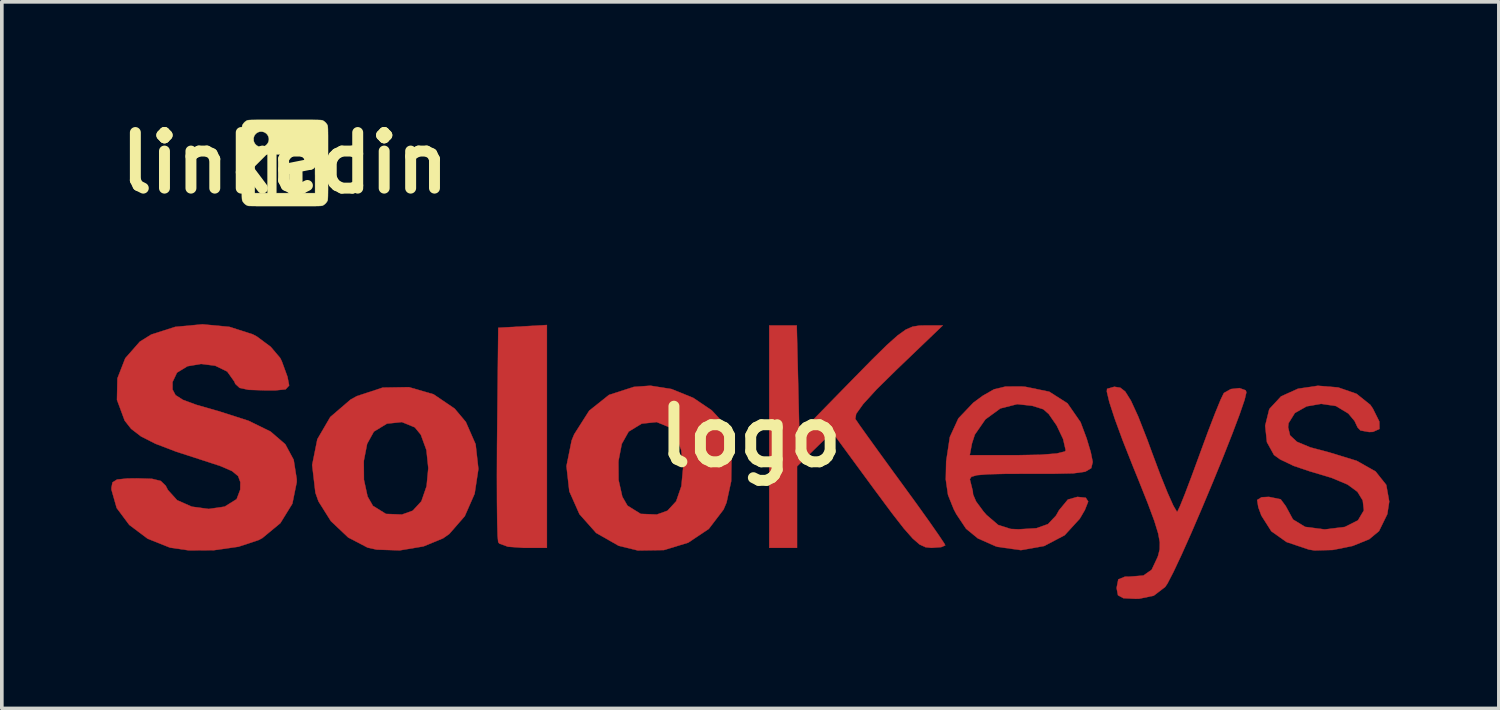
<source format=kicad_pcb>
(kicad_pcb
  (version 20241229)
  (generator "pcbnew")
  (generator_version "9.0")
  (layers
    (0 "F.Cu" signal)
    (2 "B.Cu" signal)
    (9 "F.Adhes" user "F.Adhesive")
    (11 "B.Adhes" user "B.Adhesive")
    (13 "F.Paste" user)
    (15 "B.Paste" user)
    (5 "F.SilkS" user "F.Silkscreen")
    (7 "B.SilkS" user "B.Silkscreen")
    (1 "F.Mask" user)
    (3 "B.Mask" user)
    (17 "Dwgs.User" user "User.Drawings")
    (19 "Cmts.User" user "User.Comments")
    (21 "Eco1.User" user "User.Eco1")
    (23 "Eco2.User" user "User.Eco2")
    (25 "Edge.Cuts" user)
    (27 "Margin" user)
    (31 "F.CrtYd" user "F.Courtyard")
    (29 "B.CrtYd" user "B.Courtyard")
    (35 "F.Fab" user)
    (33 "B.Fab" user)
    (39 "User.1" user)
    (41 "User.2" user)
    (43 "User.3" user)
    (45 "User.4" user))
  (footprint "linkedin"
    (layer "F.Cu")
    (at 4.761 1.418)
    (property "Reference" "linkedin" (at 0 0 0) (layer "F.SilkS") (effects (font (size 1.524 1.524) (thickness 0.3))))
    (attr through_hole)
    (fp_poly (pts (xy -0.263 -1.182) (xy -0.163 -1.182) (xy -0.053 -1.182) (xy 0 -1.182) (xy 0.114 -1.182) (xy 0.218 -1.182) (xy 0.315 -1.182) (xy 0.403 -1.182) (xy 0.483 -1.182) (xy 0.556 -1.182) (xy 0.622 -1.182) (xy 0.682 -1.182) (xy 0.735 -1.182) (xy 0.783 -1.181) (xy 0.824 -1.181) (xy 0.861 -1.18) (xy 0.893 -1.18) (xy 0.921 -1.179) (xy 0.945 -1.178) (xy 0.965 -1.177) (xy 0.982 -1.176) (xy 0.996 -1.175) (xy 1.008 -1.173) (xy 1.017 -1.172) (xy 1.025 -1.17) (xy 1.032 -1.168) (xy 1.037 -1.165) (xy 1.042 -1.163) (xy 1.047 -1.16) (xy 1.052 -1.157) (xy 1.057 -1.154) (xy 1.06 -1.152) (xy 1.092 -1.13) (xy 1.122 -1.102) (xy 1.146 -1.07) (xy 1.152 -1.06) (xy 1.156 -1.054) (xy 1.159 -1.049) (xy 1.162 -1.044) (xy 1.164 -1.04) (xy 1.167 -1.034) (xy 1.169 -1.028) (xy 1.171 -1.021) (xy 1.173 -1.012) (xy 1.174 -1.002) (xy 1.176 -0.989) (xy 1.177 -0.973) (xy 1.178 -0.955) (xy 1.179 -0.932) (xy 1.18 -0.907) (xy 1.18 -0.877) (xy 1.181 -0.842) (xy 1.181 -0.802) (xy 1.182 -0.758) (xy 1.182 -0.707) (xy 1.182 -0.65) (xy 1.182 -0.587) (xy 1.182 -0.518) (xy 1.182 -0.441) (xy 1.182 -0.356) (xy 1.182 -0.263) (xy 1.182 -0.163) (xy 1.182 -0.053) (xy 1.182 0) (xy 1.182 0.114) (xy 1.182 0.218) (xy 1.182 0.315) (xy 1.182 0.403) (xy 1.182 0.483) (xy 1.182 0.556) (xy 1.182 0.622) (xy 1.182 0.682) (xy 1.182 0.735) (xy 1.181 0.783) (xy 1.181 0.824) (xy 1.18 0.861) (xy 1.18 0.893) (xy 1.179 0.921) (xy 1.178 0.945) (xy 1.177 0.965) (xy 1.176 0.982) (xy 1.175 0.996) (xy 1.173 1.008) (xy 1.172 1.017) (xy 1.17 1.025) (xy 1.168 1.032) (xy 1.165 1.037) (xy 1.163 1.042) (xy 1.16 1.047) (xy 1.157 1.052) (xy 1.154 1.057) (xy 1.152 1.06) (xy 1.13 1.092) (xy 1.102 1.122) (xy 1.07 1.146) (xy 1.06 1.152) (xy 1.054 1.156) (xy 1.049 1.159) (xy 1.044 1.162) (xy 1.04 1.164) (xy 1.034 1.167) (xy 1.028 1.169) (xy 1.021 1.171) (xy 1.013 1.173) (xy 1.002 1.174) (xy 0.989 1.176) (xy 0.973 1.177) (xy 0.955 1.178) (xy 0.933 1.179) (xy 0.907 1.18) (xy 0.877 1.18) (xy 0.842 1.181) (xy 0.803 1.181) (xy 0.758 1.181) (xy 0.708 1.182) (xy 0.651 1.182) (xy 0.588 1.182) (xy 0.519 1.182) (xy 0.442 1.182) (xy 0.357 1.182) (xy 0.265 1.182) (xy 0.164 1.182) (xy 0.055 1.182) (xy -0.002 1.182) (xy -0.116 1.182) (xy -0.221 1.182) (xy -0.317 1.182) (xy -0.405 1.182) (xy -0.485 1.182) (xy -0.558 1.181) (xy -0.624 1.181) (xy -0.683 1.181) (xy -0.736 1.181) (xy -0.783 1.181) (xy -0.824 1.18) (xy -0.86 1.18) (xy -0.891 1.18) (xy -0.917 1.179) (xy -0.939 1.179) (xy -0.958 1.178) (xy -0.973 1.178) (xy -0.985 1.177) (xy -0.994 1.177) (xy -1 1.176) (xy -1.005 1.175) (xy -1.007 1.175) (xy -1.045 1.16) (xy -1.082 1.138) (xy -1.115 1.109) (xy -1.142 1.076) (xy -1.152 1.06) (xy -1.156 1.054) (xy -1.159 1.049) (xy -1.162 1.044) (xy -1.164 1.04) (xy -1.167 1.034) (xy -1.169 1.028) (xy -1.171 1.021) (xy -1.173 1.012) (xy -1.174 1.002) (xy -1.176 0.989) (xy -1.177 0.973) (xy -1.178 0.955) (xy -1.179 0.932) (xy -1.18 0.907) (xy -1.18 0.877) (xy -1.181 0.842) (xy -1.181 0.802) (xy -1.182 0.758) (xy -1.182 0.707) (xy -1.182 0.65) (xy -1.182 0.587) (xy -1.182 0.518) (xy -1.182 0.441) (xy -1.182 0.356) (xy -1.182 0.263) (xy -1.182 0.163) (xy -1.182 0.053) (xy -1.182 0) (xy -1.182 -0.114) (xy -1.182 -0.218) (xy -1.182 -0.236) (xy -0.827 -0.236) (xy -0.827 0.827) (xy -0.476 0.827) (xy -0.476 -0.236) (xy -0.236 -0.236) (xy -0.236 0.827) (xy 0.115 0.827) (xy 0.115 0.516) (xy 0.116 0.458) (xy 0.116 0.404) (xy 0.116 0.353) (xy 0.117 0.308) (xy 0.117 0.268) (xy 0.118 0.234) (xy 0.118 0.208) (xy 0.119 0.189) (xy 0.12 0.178) (xy 0.12 0.178) (xy 0.131 0.139) (xy 0.15 0.104) (xy 0.176 0.074) (xy 0.208 0.049) (xy 0.225 0.04) (xy 0.242 0.033) (xy 0.257 0.028) (xy 0.272 0.026) (xy 0.293 0.026) (xy 0.296 0.026) (xy 0.317 0.026) (xy 0.333 0.028) (xy 0.347 0.032) (xy 0.364 0.039) (xy 0.366 0.04) (xy 0.401 0.062) (xy 0.43 0.089) (xy 0.452 0.122) (xy 0.467 0.159) (xy 0.471 0.178) (xy 0.472 0.188) (xy 0.473 0.206) (xy 0.473 0.232) (xy 0.474 0.265) (xy 0.475 0.305) (xy 0.475 0.35) (xy 0.475 0.4) (xy 0.476 0.454) (xy 0.476 0.512) (xy 0.476 0.516) (xy 0.476 0.827) (xy 0.827 0.827) (xy 0.827 0.472) (xy 0.827 0.406) (xy 0.827 0.348) (xy 0.826 0.299) (xy 0.826 0.256) (xy 0.826 0.22) (xy 0.826 0.19) (xy 0.825 0.165) (xy 0.825 0.144) (xy 0.824 0.127) (xy 0.823 0.113) (xy 0.822 0.102) (xy 0.821 0.092) (xy 0.819 0.084) (xy 0.818 0.076) (xy 0.801 0.017) (xy 0.776 -0.039) (xy 0.744 -0.09) (xy 0.705 -0.135) (xy 0.659 -0.175) (xy 0.608 -0.208) (xy 0.552 -0.233) (xy 0.523 -0.243) (xy 0.49 -0.251) (xy 0.452 -0.255) (xy 0.413 -0.257) (xy 0.375 -0.255) (xy 0.343 -0.25) (xy 0.337 -0.248) (xy 0.294 -0.233) (xy 0.251 -0.212) (xy 0.21 -0.186) (xy 0.174 -0.156) (xy 0.144 -0.125) (xy 0.141 -0.122) (xy 0.131 -0.109) (xy 0.123 -0.101) (xy 0.119 -0.097) (xy 0.118 -0.102) (xy 0.117 -0.113) (xy 0.116 -0.131) (xy 0.116 -0.154) (xy 0.115 -0.166) (xy 0.115 -0.236) (xy -0.236 -0.236) (xy -0.476 -0.236) (xy -0.827 -0.236) (xy -1.182 -0.236) (xy -1.182 -0.315) (xy -1.182 -0.403) (xy -1.182 -0.483) (xy -1.182 -0.556) (xy -1.182 -0.622) (xy -1.182 -0.639) (xy -0.86 -0.639) (xy -0.854 -0.599) (xy -0.841 -0.561) (xy -0.819 -0.525) (xy -0.803 -0.506) (xy -0.77 -0.477) (xy -0.732 -0.456) (xy -0.691 -0.443) (xy -0.648 -0.439) (xy -0.609 -0.443) (xy -0.569 -0.456) (xy -0.532 -0.475) (xy -0.501 -0.502) (xy -0.475 -0.534) (xy -0.455 -0.571) (xy -0.443 -0.611) (xy -0.439 -0.653) (xy -0.44 -0.667) (xy -0.443 -0.686) (xy -0.446 -0.702) (xy -0.461 -0.742) (xy -0.482 -0.777) (xy -0.509 -0.806) (xy -0.541 -0.83) (xy -0.576 -0.847) (xy -0.614 -0.857) (xy -0.653 -0.861) (xy -0.692 -0.857) (xy -0.731 -0.845) (xy -0.768 -0.825) (xy -0.778 -0.818) (xy -0.809 -0.789) (xy -0.833 -0.756) (xy -0.849 -0.719) (xy -0.858 -0.679) (xy -0.86 -0.639) (xy -1.182 -0.639) (xy -1.182 -0.682) (xy -1.182 -0.735) (xy -1.181 -0.783) (xy -1.181 -0.824) (xy -1.18 -0.861) (xy -1.18 -0.893) (xy -1.179 -0.921) (xy -1.178 -0.945) (xy -1.177 -0.965) (xy -1.176 -0.982) (xy -1.175 -0.996) (xy -1.173 -1.008) (xy -1.172 -1.017) (xy -1.17 -1.025) (xy -1.168 -1.032) (xy -1.165 -1.037) (xy -1.163 -1.042) (xy -1.16 -1.047) (xy -1.157 -1.052) (xy -1.154 -1.057) (xy -1.152 -1.06) (xy -1.13 -1.092) (xy -1.102 -1.122) (xy -1.07 -1.146) (xy -1.06 -1.152) (xy -1.054 -1.156) (xy -1.049 -1.159) (xy -1.044 -1.162) (xy -1.04 -1.164) (xy -1.034 -1.167) (xy -1.028 -1.169) (xy -1.021 -1.171) (xy -1.012 -1.173) (xy -1.002 -1.174) (xy -0.989 -1.176) (xy -0.973 -1.177) (xy -0.955 -1.178) (xy -0.932 -1.179) (xy -0.907 -1.18) (xy -0.877 -1.18) (xy -0.842 -1.181) (xy -0.802 -1.181) (xy -0.758 -1.182) (xy -0.707 -1.182) (xy -0.65 -1.182) (xy -0.587 -1.182) (xy -0.518 -1.182) (xy -0.441 -1.182) (xy -0.356 -1.182) (xy -0.263 -1.182)) (stroke (width 0.01) (type solid)) (fill yes) (layer "F.SilkS")))
  (footprint "logo"
    (layer "F.Cu")
    (at 17.531 8.921)
    (property "Reference" "logo" (at 0 0 0) (layer "F.SilkS") (effects (font (size 1.524 1.524) (thickness 0.3))))
    (attr through_hole)
    (fp_poly (pts (xy -5.588 3.048) (xy -6.227 3.048) (xy -6.655 3.017) (xy -6.893 2.93) (xy -6.923 2.889) (xy -6.939 2.721) (xy -6.95 2.337) (xy -6.956 1.776) (xy -6.958 1.077) (xy -6.955 0.278) (xy -6.951 -0.127) (xy -6.921 -2.985) (xy -5.588 -3.061) (xy -5.588 3.048)) (stroke (width 0.01) (type solid)) (fill yes) (layer "F.Cu"))
    (fp_poly (pts (xy 1.298 -1.562) (xy 1.333 -0.076) (xy 2.786 -1.562) (xy 3.329 -2.115) (xy 3.732 -2.511) (xy 4.028 -2.775) (xy 4.252 -2.935) (xy 4.439 -3.016) (xy 4.624 -3.045) (xy 4.751 -3.048) (xy 5.264 -3.048) (xy 4.015 -1.852) (xy 3.454 -1.3) (xy 3.083 -0.894) (xy 2.891 -0.626) (xy 2.867 -0.487) (xy 2.974 -0.33) (xy 3.204 -0.008) (xy 3.527 0.44) (xy 3.915 0.974) (xy 4.151 1.297) (xy 4.555 1.852) (xy 4.899 2.333) (xy 5.158 2.705) (xy 5.308 2.93) (xy 5.334 2.98) (xy 5.223 3.028) (xy 4.957 3.048) (xy 4.95 3.048) (xy 4.789 3.03) (xy 4.629 2.955) (xy 4.442 2.793) (xy 4.197 2.515) (xy 3.866 2.09) (xy 3.42 1.489) (xy 3.399 1.461) (xy 2.233 -0.127) (xy 1.751 0.343) (xy 1.27 0.814) (xy 1.27 3.048) (xy 0.508 3.048) (xy 0.508 -3.048) (xy 1.262 -3.048) (xy 1.298 -1.562)) (stroke (width 0.01) (type solid)) (fill yes) (layer "F.Cu"))
    (fp_poly (pts (xy -8.695 -1.161) (xy -8.117 -0.769) (xy -7.81 -0.403) (xy -7.542 0.208) (xy -7.466 0.885) (xy -7.569 1.564) (xy -7.839 2.179) (xy -8.263 2.666) (xy -8.433 2.786) (xy -8.971 3.008) (xy -9.62 3.117) (xy -10.253 3.097) (xy -10.502 3.042) (xy -11.035 2.764) (xy -11.51 2.315) (xy -11.85 1.774) (xy -11.934 1.538) (xy -12.023 0.776) (xy -12.001 0.668) (xy -10.608 0.668) (xy -10.604 1.182) (xy -10.504 1.641) (xy -10.358 1.896) (xy -10 2.118) (xy -9.561 2.135) (xy -9.267 2.03) (xy -9.029 1.772) (xy -8.886 1.357) (xy -8.839 0.862) (xy -8.891 0.366) (xy -9.044 -0.053) (xy -9.209 -0.255) (xy -9.563 -0.4) (xy -9.973 -0.357) (xy -10.331 -0.139) (xy -10.516 0.195) (xy -10.608 0.668) (xy -12.001 0.668) (xy -11.881 0.07) (xy -11.526 -0.539) (xy -10.972 -1.015) (xy -10.799 -1.111) (xy -10.088 -1.345) (xy -9.37 -1.357) (xy -8.695 -1.161)) (stroke (width 0.01) (type solid)) (fill yes) (layer "F.Cu"))
    (fp_poly (pts (xy -2.171 -1.305) (xy -1.576 -1.064) (xy -1.069 -0.721) (xy -0.839 -0.475) (xy -0.628 -0.012) (xy -0.526 0.586) (xy -0.536 1.224) (xy -0.663 1.806) (xy -0.745 1.998) (xy -1.15 2.529) (xy -1.714 2.906) (xy -2.381 3.109) (xy -3.094 3.12) (xy -3.619 2.992) (xy -4.237 2.64) (xy -4.695 2.125) (xy -4.973 1.499) (xy -5.051 0.808) (xy -5.024 0.674) (xy -3.627 0.674) (xy -3.623 1.189) (xy -3.52 1.646) (xy -3.378 1.892) (xy -3.016 2.117) (xy -2.575 2.135) (xy -2.282 2.03) (xy -2.044 1.772) (xy -1.901 1.357) (xy -1.854 0.862) (xy -1.906 0.366) (xy -2.059 -0.053) (xy -2.224 -0.255) (xy -2.578 -0.4) (xy -2.988 -0.357) (xy -3.346 -0.139) (xy -3.535 0.198) (xy -3.627 0.674) (xy -5.024 0.674) (xy -4.909 0.104) (xy -4.84 -0.064) (xy -4.428 -0.712) (xy -3.886 -1.144) (xy -3.206 -1.364) (xy -2.749 -1.397) (xy -2.171 -1.305)) (stroke (width 0.01) (type solid)) (fill yes) (layer "F.Cu"))
    (fp_poly (pts (xy 10.133 -1.342) (xy 10.267 -1.237) (xy 10.425 -0.984) (xy 10.622 -0.555) (xy 10.87 0.078) (xy 11.003 0.441) (xy 11.227 1.04) (xy 11.426 1.534) (xy 11.582 1.884) (xy 11.679 2.05) (xy 11.697 2.056) (xy 11.767 1.909) (xy 11.903 1.572) (xy 12.085 1.091) (xy 12.296 0.517) (xy 12.322 0.445) (xy 12.538 -0.142) (xy 12.731 -0.643) (xy 12.881 -1.01) (xy 12.969 -1.192) (xy 12.974 -1.198) (xy 13.164 -1.305) (xy 13.4 -1.331) (xy 13.567 -1.272) (xy 13.589 -1.218) (xy 13.54 -1.011) (xy 13.405 -0.616) (xy 13.202 -0.078) (xy 12.95 0.561) (xy 12.666 1.255) (xy 12.37 1.961) (xy 12.08 2.636) (xy 11.813 3.234) (xy 11.588 3.712) (xy 11.425 4.027) (xy 11.361 4.121) (xy 11.048 4.36) (xy 10.647 4.443) (xy 10.547 4.445) (xy 10.217 4.428) (xy 10.069 4.348) (xy 10.033 4.162) (xy 10.033 4.136) (xy 10.077 3.913) (xy 10.258 3.839) (xy 10.396 3.837) (xy 10.766 3.807) (xy 10.992 3.649) (xy 11.154 3.304) (xy 11.169 3.261) (xy 11.212 3.088) (xy 11.216 2.899) (xy 11.171 2.654) (xy 11.066 2.312) (xy 10.888 1.833) (xy 10.627 1.178) (xy 10.482 0.822) (xy 10.202 0.114) (xy 9.981 -0.488) (xy 9.831 -0.949) (xy 9.763 -1.235) (xy 9.769 -1.311) (xy 9.968 -1.368) (xy 10.133 -1.342)) (stroke (width 0.01) (type solid)) (fill yes) (layer "F.Cu"))
    (fp_poly (pts (xy 16.106 -1.349) (xy 16.608 -1.175) (xy 16.985 -0.874) (xy 17.056 -0.771) (xy 17.234 -0.413) (xy 17.237 -0.211) (xy 17.06 -0.132) (xy 16.954 -0.127) (xy 16.716 -0.17) (xy 16.637 -0.254) (xy 16.555 -0.429) (xy 16.383 -0.635) (xy 16.044 -0.84) (xy 15.639 -0.9) (xy 15.24 -0.831) (xy 14.918 -0.649) (xy 14.745 -0.371) (xy 14.732 -0.26) (xy 14.786 -0.035) (xy 14.975 0.141) (xy 15.34 0.293) (xy 15.859 0.431) (xy 16.613 0.662) (xy 17.13 0.954) (xy 17.423 1.322) (xy 17.505 1.779) (xy 17.452 2.124) (xy 17.225 2.588) (xy 16.954 2.813) (xy 16.5 2.996) (xy 15.957 3.106) (xy 15.455 3.119) (xy 15.303 3.095) (xy 14.69 2.889) (xy 14.273 2.594) (xy 14 2.165) (xy 13.916 1.937) (xy 13.884 1.736) (xy 14.005 1.661) (xy 14.207 1.651) (xy 14.529 1.717) (xy 14.668 1.904) (xy 14.866 2.27) (xy 15.199 2.473) (xy 15.714 2.54) (xy 15.757 2.54) (xy 16.288 2.475) (xy 16.648 2.294) (xy 16.81 2.02) (xy 16.779 1.749) (xy 16.634 1.512) (xy 16.362 1.312) (xy 15.92 1.127) (xy 15.33 0.951) (xy 14.885 0.801) (xy 14.512 0.622) (xy 14.346 0.503) (xy 14.152 0.151) (xy 14.104 -0.301) (xy 14.212 -0.739) (xy 14.228 -0.769) (xy 14.54 -1.105) (xy 15.003 -1.314) (xy 15.548 -1.395) (xy 16.106 -1.349)) (stroke (width 0.01) (type solid)) (fill yes) (layer "F.Cu"))
    (fp_poly (pts (xy 7.432 -1.374) (xy 7.525 -1.368) (xy 8.185 -1.232) (xy 8.684 -0.914) (xy 9.043 -0.396) (xy 9.21 0.05) (xy 9.323 0.429) (xy 9.376 0.694) (xy 9.335 0.864) (xy 9.17 0.961) (xy 8.845 1.005) (xy 8.329 1.016) (xy 7.67 1.016) (xy 6.975 1.019) (xy 6.497 1.031) (xy 6.201 1.056) (xy 6.05 1.1) (xy 6.007 1.165) (xy 6.019 1.217) (xy 6.088 1.493) (xy 6.096 1.584) (xy 6.177 1.775) (xy 6.38 2.05) (xy 6.464 2.146) (xy 6.785 2.421) (xy 7.128 2.53) (xy 7.343 2.54) (xy 7.833 2.51) (xy 8.15 2.397) (xy 8.369 2.165) (xy 8.453 2.017) (xy 8.695 1.724) (xy 8.957 1.651) (xy 9.186 1.675) (xy 9.252 1.779) (xy 9.161 2.01) (xy 9.022 2.248) (xy 8.606 2.703) (xy 8.044 2.998) (xy 7.408 3.111) (xy 6.766 3.021) (xy 6.698 2.998) (xy 6.226 2.788) (xy 5.904 2.524) (xy 5.636 2.122) (xy 5.565 1.987) (xy 5.409 1.598) (xy 5.348 1.176) (xy 5.358 0.679) (xy 5.384 0.508) (xy 6.004 0.508) (xy 7.32 0.508) (xy 7.951 0.496) (xy 8.391 0.461) (xy 8.613 0.406) (xy 8.636 0.377) (xy 8.564 0.064) (xy 8.388 -0.306) (xy 8.17 -0.621) (xy 8.02 -0.752) (xy 7.719 -0.846) (xy 7.33 -0.889) (xy 7.298 -0.889) (xy 6.844 -0.774) (xy 6.433 -0.474) (xy 6.144 -0.056) (xy 6.065 0.187) (xy 6.004 0.508) (xy 5.384 0.508) (xy 5.459 0.01) (xy 5.693 -0.501) (xy 6.103 -0.931) (xy 6.362 -1.122) (xy 6.672 -1.299) (xy 6.992 -1.375) (xy 7.432 -1.374)) (stroke (width 0.01) (type solid)) (fill yes) (layer "F.Cu"))
    (fp_poly (pts (xy -14.29 -3.01) (xy -13.649 -2.804) (xy -13.537 -2.744) (xy -13.159 -2.463) (xy -12.9 -2.157) (xy -12.856 -2.069) (xy -12.7 -1.642) (xy -12.654 -1.402) (xy -12.751 -1.297) (xy -13.023 -1.27) (xy -13.33 -1.27) (xy -13.766 -1.284) (xy -14.012 -1.337) (xy -14.131 -1.447) (xy -14.156 -1.51) (xy -14.352 -1.785) (xy -14.681 -1.945) (xy -15.069 -1.994) (xy -15.443 -1.93) (xy -15.729 -1.755) (xy -15.851 -1.497) (xy -15.851 -1.294) (xy -15.769 -1.139) (xy -15.564 -1.008) (xy -15.195 -0.872) (xy -14.619 -0.707) (xy -14.605 -0.704) (xy -13.771 -0.437) (xy -13.165 -0.141) (xy -12.76 0.208) (xy -12.53 0.634) (xy -12.447 1.16) (xy -12.446 1.245) (xy -12.566 1.837) (xy -12.895 2.371) (xy -13.391 2.781) (xy -13.5 2.838) (xy -14.044 3.017) (xy -14.717 3.113) (xy -15.407 3.117) (xy -15.92 3.042) (xy -16.534 2.797) (xy -17.037 2.419) (xy -17.382 1.956) (xy -17.525 1.455) (xy -17.526 1.403) (xy -17.497 1.253) (xy -17.372 1.175) (xy -17.088 1.146) (xy -16.825 1.143) (xy -16.411 1.156) (xy -16.174 1.214) (xy -16.038 1.346) (xy -15.979 1.461) (xy -15.725 1.742) (xy -15.323 1.919) (xy -14.859 1.982) (xy -14.422 1.918) (xy -14.099 1.717) (xy -14.092 1.709) (xy -13.995 1.453) (xy -13.992 1.245) (xy -14.053 1.081) (xy -14.217 0.945) (xy -14.534 0.807) (xy -14.986 0.659) (xy -15.757 0.409) (xy -16.321 0.193) (xy -16.717 -0.008) (xy -16.986 -0.215) (xy -17.163 -0.44) (xy -17.374 -1.009) (xy -17.362 -1.598) (xy -17.147 -2.15) (xy -16.748 -2.604) (xy -16.434 -2.8) (xy -15.777 -3.01) (xy -15.03 -3.08) (xy -14.29 -3.01)) (stroke (width 0.01) (type solid)) (fill yes) (layer "F.Cu")))
  (gr_rect
    (start -3 -3)
    (end 38.041 16.371)
    (stroke (width 0.1) (type default))
    (fill no)
    (layer "Edge.Cuts")))
</source>
